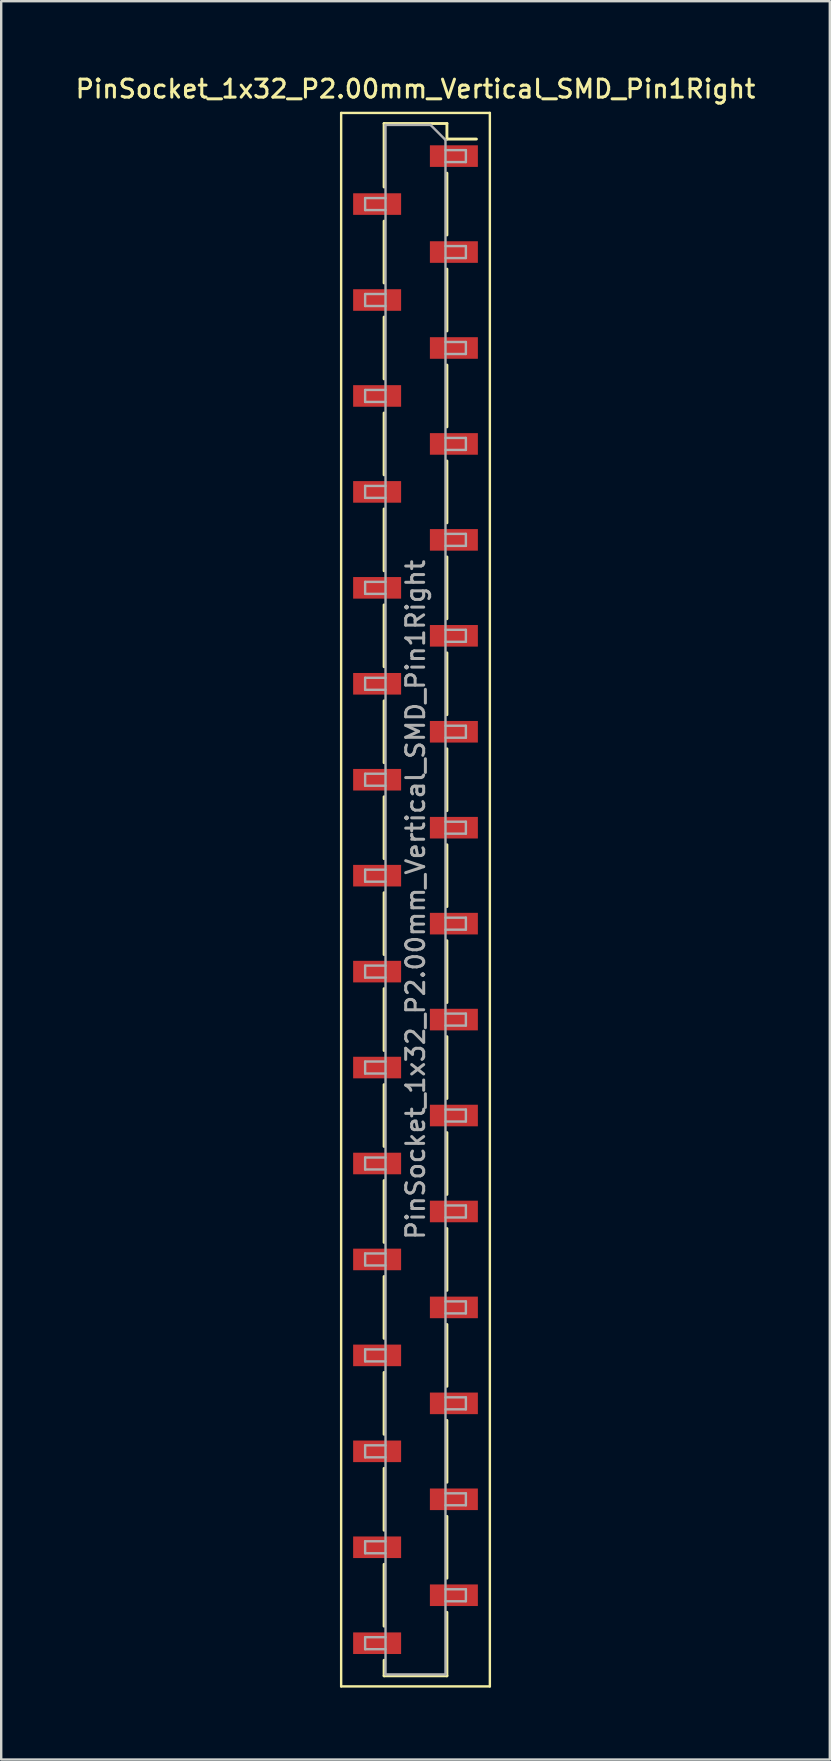
<source format=kicad_pcb>
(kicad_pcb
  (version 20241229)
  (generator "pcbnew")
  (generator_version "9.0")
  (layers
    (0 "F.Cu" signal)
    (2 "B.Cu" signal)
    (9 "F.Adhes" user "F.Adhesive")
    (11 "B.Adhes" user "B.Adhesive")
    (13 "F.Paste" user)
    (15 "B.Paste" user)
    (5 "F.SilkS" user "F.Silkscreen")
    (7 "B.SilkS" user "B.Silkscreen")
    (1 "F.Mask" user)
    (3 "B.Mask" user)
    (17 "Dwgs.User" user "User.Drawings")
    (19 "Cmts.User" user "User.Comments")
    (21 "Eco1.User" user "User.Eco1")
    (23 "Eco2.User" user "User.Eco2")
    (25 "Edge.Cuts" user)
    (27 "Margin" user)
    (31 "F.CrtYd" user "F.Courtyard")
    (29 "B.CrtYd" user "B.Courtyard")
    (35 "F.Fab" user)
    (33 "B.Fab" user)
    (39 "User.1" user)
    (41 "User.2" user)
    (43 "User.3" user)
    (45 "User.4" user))
  (footprint "PinSocket_1x32_P2.00mm_Vertical_SMD_Pin1Right"
    (layer "F.Cu")
    (at 14.273 34.458)
    (property "Reference" "PinSocket_1x32_P2.00mm_Vertical_SMD_Pin1Right" (at 0 -33.8 0) (layer "F.SilkS") (effects (font (size 0.75 0.75) (thickness 0.125))))
    (attr smd)
    (fp_line (start -3.1 -32.8) (end 3.1 -32.8) (stroke (width 0.1) (type solid)) (layer "F.SilkS"))
    (fp_line (start -3.1 32.8) (end -3.1 -32.8) (stroke (width 0.1) (type solid)) (layer "F.SilkS"))
    (fp_line (start -1.31 -32.36) (end -1.31 -29.71) (stroke (width 0.12) (type solid)) (layer "F.SilkS"))
    (fp_line (start -1.31 -32.36) (end 1.31 -32.36) (stroke (width 0.12) (type solid)) (layer "F.SilkS"))
    (fp_line (start -1.31 -28.29) (end -1.31 -25.71) (stroke (width 0.12) (type solid)) (layer "F.SilkS"))
    (fp_line (start -1.31 -24.29) (end -1.31 -21.71) (stroke (width 0.12) (type solid)) (layer "F.SilkS"))
    (fp_line (start -1.31 -20.29) (end -1.31 -17.71) (stroke (width 0.12) (type solid)) (layer "F.SilkS"))
    (fp_line (start -1.31 -16.29) (end -1.31 -13.71) (stroke (width 0.12) (type solid)) (layer "F.SilkS"))
    (fp_line (start -1.31 -12.29) (end -1.31 -9.71) (stroke (width 0.12) (type solid)) (layer "F.SilkS"))
    (fp_line (start -1.31 -8.29) (end -1.31 -5.71) (stroke (width 0.12) (type solid)) (layer "F.SilkS"))
    (fp_line (start -1.31 -4.29) (end -1.31 -1.71) (stroke (width 0.12) (type solid)) (layer "F.SilkS"))
    (fp_line (start -1.31 -0.29) (end -1.31 2.29) (stroke (width 0.12) (type solid)) (layer "F.SilkS"))
    (fp_line (start -1.31 3.71) (end -1.31 6.29) (stroke (width 0.12) (type solid)) (layer "F.SilkS"))
    (fp_line (start -1.31 7.71) (end -1.31 10.29) (stroke (width 0.12) (type solid)) (layer "F.SilkS"))
    (fp_line (start -1.31 11.71) (end -1.31 14.29) (stroke (width 0.12) (type solid)) (layer "F.SilkS"))
    (fp_line (start -1.31 15.71) (end -1.31 18.29) (stroke (width 0.12) (type solid)) (layer "F.SilkS"))
    (fp_line (start -1.31 19.71) (end -1.31 22.29) (stroke (width 0.12) (type solid)) (layer "F.SilkS"))
    (fp_line (start -1.31 23.71) (end -1.31 26.29) (stroke (width 0.12) (type solid)) (layer "F.SilkS"))
    (fp_line (start -1.31 27.71) (end -1.31 30.29) (stroke (width 0.12) (type solid)) (layer "F.SilkS"))
    (fp_line (start -1.31 31.71) (end -1.31 32.36) (stroke (width 0.12) (type solid)) (layer "F.SilkS"))
    (fp_line (start -1.31 32.36) (end 1.31 32.36) (stroke (width 0.12) (type solid)) (layer "F.SilkS"))
    (fp_line (start 1.31 -32.36) (end 1.31 -31.71) (stroke (width 0.12) (type solid)) (layer "F.SilkS"))
    (fp_line (start 1.31 -31.71) (end 2.54 -31.71) (stroke (width 0.12) (type solid)) (layer "F.SilkS"))
    (fp_line (start 1.31 -30.29) (end 1.31 -27.71) (stroke (width 0.12) (type solid)) (layer "F.SilkS"))
    (fp_line (start 1.31 -26.29) (end 1.31 -23.71) (stroke (width 0.12) (type solid)) (layer "F.SilkS"))
    (fp_line (start 1.31 -22.29) (end 1.31 -19.71) (stroke (width 0.12) (type solid)) (layer "F.SilkS"))
    (fp_line (start 1.31 -18.29) (end 1.31 -15.71) (stroke (width 0.12) (type solid)) (layer "F.SilkS"))
    (fp_line (start 1.31 -14.29) (end 1.31 -11.71) (stroke (width 0.12) (type solid)) (layer "F.SilkS"))
    (fp_line (start 1.31 -10.29) (end 1.31 -7.71) (stroke (width 0.12) (type solid)) (layer "F.SilkS"))
    (fp_line (start 1.31 -6.29) (end 1.31 -3.71) (stroke (width 0.12) (type solid)) (layer "F.SilkS"))
    (fp_line (start 1.31 -2.29) (end 1.31 0.29) (stroke (width 0.12) (type solid)) (layer "F.SilkS"))
    (fp_line (start 1.31 1.71) (end 1.31 4.29) (stroke (width 0.12) (type solid)) (layer "F.SilkS"))
    (fp_line (start 1.31 5.71) (end 1.31 8.29) (stroke (width 0.12) (type solid)) (layer "F.SilkS"))
    (fp_line (start 1.31 9.71) (end 1.31 12.29) (stroke (width 0.12) (type solid)) (layer "F.SilkS"))
    (fp_line (start 1.31 13.71) (end 1.31 16.29) (stroke (width 0.12) (type solid)) (layer "F.SilkS"))
    (fp_line (start 1.31 17.71) (end 1.31 20.29) (stroke (width 0.12) (type solid)) (layer "F.SilkS"))
    (fp_line (start 1.31 21.71) (end 1.31 24.29) (stroke (width 0.12) (type solid)) (layer "F.SilkS"))
    (fp_line (start 1.31 25.71) (end 1.31 28.29) (stroke (width 0.12) (type solid)) (layer "F.SilkS"))
    (fp_line (start 1.31 29.71) (end 1.31 32.36) (stroke (width 0.12) (type solid)) (layer "F.SilkS"))
    (fp_line (start 3.1 -32.8) (end 3.1 32.8) (stroke (width 0.1) (type solid)) (layer "F.SilkS"))
    (fp_line (start 3.1 32.8) (end -3.1 32.8) (stroke (width 0.1) (type solid)) (layer "F.SilkS"))
    (fp_line (start -2.1 -29.25) (end -1.25 -29.25) (stroke (width 0.1) (type solid)) (layer "F.Fab"))
    (fp_line (start -2.1 -28.75) (end -2.1 -29.25) (stroke (width 0.1) (type solid)) (layer "F.Fab"))
    (fp_line (start -2.1 -25.25) (end -1.25 -25.25) (stroke (width 0.1) (type solid)) (layer "F.Fab"))
    (fp_line (start -2.1 -24.75) (end -2.1 -25.25) (stroke (width 0.1) (type solid)) (layer "F.Fab"))
    (fp_line (start -2.1 -21.25) (end -1.25 -21.25) (stroke (width 0.1) (type solid)) (layer "F.Fab"))
    (fp_line (start -2.1 -20.75) (end -2.1 -21.25) (stroke (width 0.1) (type solid)) (layer "F.Fab"))
    (fp_line (start -2.1 -17.25) (end -1.25 -17.25) (stroke (width 0.1) (type solid)) (layer "F.Fab"))
    (fp_line (start -2.1 -16.75) (end -2.1 -17.25) (stroke (width 0.1) (type solid)) (layer "F.Fab"))
    (fp_line (start -2.1 -13.25) (end -1.25 -13.25) (stroke (width 0.1) (type solid)) (layer "F.Fab"))
    (fp_line (start -2.1 -12.75) (end -2.1 -13.25) (stroke (width 0.1) (type solid)) (layer "F.Fab"))
    (fp_line (start -2.1 -9.25) (end -1.25 -9.25) (stroke (width 0.1) (type solid)) (layer "F.Fab"))
    (fp_line (start -2.1 -8.75) (end -2.1 -9.25) (stroke (width 0.1) (type solid)) (layer "F.Fab"))
    (fp_line (start -2.1 -5.25) (end -1.25 -5.25) (stroke (width 0.1) (type solid)) (layer "F.Fab"))
    (fp_line (start -2.1 -4.75) (end -2.1 -5.25) (stroke (width 0.1) (type solid)) (layer "F.Fab"))
    (fp_line (start -2.1 -1.25) (end -1.25 -1.25) (stroke (width 0.1) (type solid)) (layer "F.Fab"))
    (fp_line (start -2.1 -0.75) (end -2.1 -1.25) (stroke (width 0.1) (type solid)) (layer "F.Fab"))
    (fp_line (start -2.1 2.75) (end -1.25 2.75) (stroke (width 0.1) (type solid)) (layer "F.Fab"))
    (fp_line (start -2.1 3.25) (end -2.1 2.75) (stroke (width 0.1) (type solid)) (layer "F.Fab"))
    (fp_line (start -2.1 6.75) (end -1.25 6.75) (stroke (width 0.1) (type solid)) (layer "F.Fab"))
    (fp_line (start -2.1 7.25) (end -2.1 6.75) (stroke (width 0.1) (type solid)) (layer "F.Fab"))
    (fp_line (start -2.1 10.75) (end -1.25 10.75) (stroke (width 0.1) (type solid)) (layer "F.Fab"))
    (fp_line (start -2.1 11.25) (end -2.1 10.75) (stroke (width 0.1) (type solid)) (layer "F.Fab"))
    (fp_line (start -2.1 14.75) (end -1.25 14.75) (stroke (width 0.1) (type solid)) (layer "F.Fab"))
    (fp_line (start -2.1 15.25) (end -2.1 14.75) (stroke (width 0.1) (type solid)) (layer "F.Fab"))
    (fp_line (start -2.1 18.75) (end -1.25 18.75) (stroke (width 0.1) (type solid)) (layer "F.Fab"))
    (fp_line (start -2.1 19.25) (end -2.1 18.75) (stroke (width 0.1) (type solid)) (layer "F.Fab"))
    (fp_line (start -2.1 22.75) (end -1.25 22.75) (stroke (width 0.1) (type solid)) (layer "F.Fab"))
    (fp_line (start -2.1 23.25) (end -2.1 22.75) (stroke (width 0.1) (type solid)) (layer "F.Fab"))
    (fp_line (start -2.1 26.75) (end -1.25 26.75) (stroke (width 0.1) (type solid)) (layer "F.Fab"))
    (fp_line (start -2.1 27.25) (end -2.1 26.75) (stroke (width 0.1) (type solid)) (layer "F.Fab"))
    (fp_line (start -2.1 30.75) (end -1.25 30.75) (stroke (width 0.1) (type solid)) (layer "F.Fab"))
    (fp_line (start -2.1 31.25) (end -2.1 30.75) (stroke (width 0.1) (type solid)) (layer "F.Fab"))
    (fp_line (start -1.25 -32.3) (end 0.625 -32.3) (stroke (width 0.1) (type solid)) (layer "F.Fab"))
    (fp_line (start -1.25 -28.75) (end -2.1 -28.75) (stroke (width 0.1) (type solid)) (layer "F.Fab"))
    (fp_line (start -1.25 -24.75) (end -2.1 -24.75) (stroke (width 0.1) (type solid)) (layer "F.Fab"))
    (fp_line (start -1.25 -20.75) (end -2.1 -20.75) (stroke (width 0.1) (type solid)) (layer "F.Fab"))
    (fp_line (start -1.25 -16.75) (end -2.1 -16.75) (stroke (width 0.1) (type solid)) (layer "F.Fab"))
    (fp_line (start -1.25 -12.75) (end -2.1 -12.75) (stroke (width 0.1) (type solid)) (layer "F.Fab"))
    (fp_line (start -1.25 -8.75) (end -2.1 -8.75) (stroke (width 0.1) (type solid)) (layer "F.Fab"))
    (fp_line (start -1.25 -4.75) (end -2.1 -4.75) (stroke (width 0.1) (type solid)) (layer "F.Fab"))
    (fp_line (start -1.25 -0.75) (end -2.1 -0.75) (stroke (width 0.1) (type solid)) (layer "F.Fab"))
    (fp_line (start -1.25 3.25) (end -2.1 3.25) (stroke (width 0.1) (type solid)) (layer "F.Fab"))
    (fp_line (start -1.25 7.25) (end -2.1 7.25) (stroke (width 0.1) (type solid)) (layer "F.Fab"))
    (fp_line (start -1.25 11.25) (end -2.1 11.25) (stroke (width 0.1) (type solid)) (layer "F.Fab"))
    (fp_line (start -1.25 15.25) (end -2.1 15.25) (stroke (width 0.1) (type solid)) (layer "F.Fab"))
    (fp_line (start -1.25 19.25) (end -2.1 19.25) (stroke (width 0.1) (type solid)) (layer "F.Fab"))
    (fp_line (start -1.25 23.25) (end -2.1 23.25) (stroke (width 0.1) (type solid)) (layer "F.Fab"))
    (fp_line (start -1.25 27.25) (end -2.1 27.25) (stroke (width 0.1) (type solid)) (layer "F.Fab"))
    (fp_line (start -1.25 31.25) (end -2.1 31.25) (stroke (width 0.1) (type solid)) (layer "F.Fab"))
    (fp_line (start -1.25 32.3) (end -1.25 -32.3) (stroke (width 0.1) (type solid)) (layer "F.Fab"))
    (fp_line (start 0.625 -32.3) (end 1.25 -31.675) (stroke (width 0.1) (type solid)) (layer "F.Fab"))
    (fp_line (start 1.25 -31.675) (end 1.25 32.3) (stroke (width 0.1) (type solid)) (layer "F.Fab"))
    (fp_line (start 1.25 -31.25) (end 2.1 -31.25) (stroke (width 0.1) (type solid)) (layer "F.Fab"))
    (fp_line (start 1.25 -27.25) (end 2.1 -27.25) (stroke (width 0.1) (type solid)) (layer "F.Fab"))
    (fp_line (start 1.25 -23.25) (end 2.1 -23.25) (stroke (width 0.1) (type solid)) (layer "F.Fab"))
    (fp_line (start 1.25 -19.25) (end 2.1 -19.25) (stroke (width 0.1) (type solid)) (layer "F.Fab"))
    (fp_line (start 1.25 -15.25) (end 2.1 -15.25) (stroke (width 0.1) (type solid)) (layer "F.Fab"))
    (fp_line (start 1.25 -11.25) (end 2.1 -11.25) (stroke (width 0.1) (type solid)) (layer "F.Fab"))
    (fp_line (start 1.25 -7.25) (end 2.1 -7.25) (stroke (width 0.1) (type solid)) (layer "F.Fab"))
    (fp_line (start 1.25 -3.25) (end 2.1 -3.25) (stroke (width 0.1) (type solid)) (layer "F.Fab"))
    (fp_line (start 1.25 0.75) (end 2.1 0.75) (stroke (width 0.1) (type solid)) (layer "F.Fab"))
    (fp_line (start 1.25 4.75) (end 2.1 4.75) (stroke (width 0.1) (type solid)) (layer "F.Fab"))
    (fp_line (start 1.25 8.75) (end 2.1 8.75) (stroke (width 0.1) (type solid)) (layer "F.Fab"))
    (fp_line (start 1.25 12.75) (end 2.1 12.75) (stroke (width 0.1) (type solid)) (layer "F.Fab"))
    (fp_line (start 1.25 16.75) (end 2.1 16.75) (stroke (width 0.1) (type solid)) (layer "F.Fab"))
    (fp_line (start 1.25 20.75) (end 2.1 20.75) (stroke (width 0.1) (type solid)) (layer "F.Fab"))
    (fp_line (start 1.25 24.75) (end 2.1 24.75) (stroke (width 0.1) (type solid)) (layer "F.Fab"))
    (fp_line (start 1.25 28.75) (end 2.1 28.75) (stroke (width 0.1) (type solid)) (layer "F.Fab"))
    (fp_line (start 1.25 32.3) (end -1.25 32.3) (stroke (width 0.1) (type solid)) (layer "F.Fab"))
    (fp_line (start 2.1 -31.25) (end 2.1 -30.75) (stroke (width 0.1) (type solid)) (layer "F.Fab"))
    (fp_line (start 2.1 -30.75) (end 1.25 -30.75) (stroke (width 0.1) (type solid)) (layer "F.Fab"))
    (fp_line (start 2.1 -27.25) (end 2.1 -26.75) (stroke (width 0.1) (type solid)) (layer "F.Fab"))
    (fp_line (start 2.1 -26.75) (end 1.25 -26.75) (stroke (width 0.1) (type solid)) (layer "F.Fab"))
    (fp_line (start 2.1 -23.25) (end 2.1 -22.75) (stroke (width 0.1) (type solid)) (layer "F.Fab"))
    (fp_line (start 2.1 -22.75) (end 1.25 -22.75) (stroke (width 0.1) (type solid)) (layer "F.Fab"))
    (fp_line (start 2.1 -19.25) (end 2.1 -18.75) (stroke (width 0.1) (type solid)) (layer "F.Fab"))
    (fp_line (start 2.1 -18.75) (end 1.25 -18.75) (stroke (width 0.1) (type solid)) (layer "F.Fab"))
    (fp_line (start 2.1 -15.25) (end 2.1 -14.75) (stroke (width 0.1) (type solid)) (layer "F.Fab"))
    (fp_line (start 2.1 -14.75) (end 1.25 -14.75) (stroke (width 0.1) (type solid)) (layer "F.Fab"))
    (fp_line (start 2.1 -11.25) (end 2.1 -10.75) (stroke (width 0.1) (type solid)) (layer "F.Fab"))
    (fp_line (start 2.1 -10.75) (end 1.25 -10.75) (stroke (width 0.1) (type solid)) (layer "F.Fab"))
    (fp_line (start 2.1 -7.25) (end 2.1 -6.75) (stroke (width 0.1) (type solid)) (layer "F.Fab"))
    (fp_line (start 2.1 -6.75) (end 1.25 -6.75) (stroke (width 0.1) (type solid)) (layer "F.Fab"))
    (fp_line (start 2.1 -3.25) (end 2.1 -2.75) (stroke (width 0.1) (type solid)) (layer "F.Fab"))
    (fp_line (start 2.1 -2.75) (end 1.25 -2.75) (stroke (width 0.1) (type solid)) (layer "F.Fab"))
    (fp_line (start 2.1 0.75) (end 2.1 1.25) (stroke (width 0.1) (type solid)) (layer "F.Fab"))
    (fp_line (start 2.1 1.25) (end 1.25 1.25) (stroke (width 0.1) (type solid)) (layer "F.Fab"))
    (fp_line (start 2.1 4.75) (end 2.1 5.25) (stroke (width 0.1) (type solid)) (layer "F.Fab"))
    (fp_line (start 2.1 5.25) (end 1.25 5.25) (stroke (width 0.1) (type solid)) (layer "F.Fab"))
    (fp_line (start 2.1 8.75) (end 2.1 9.25) (stroke (width 0.1) (type solid)) (layer "F.Fab"))
    (fp_line (start 2.1 9.25) (end 1.25 9.25) (stroke (width 0.1) (type solid)) (layer "F.Fab"))
    (fp_line (start 2.1 12.75) (end 2.1 13.25) (stroke (width 0.1) (type solid)) (layer "F.Fab"))
    (fp_line (start 2.1 13.25) (end 1.25 13.25) (stroke (width 0.1) (type solid)) (layer "F.Fab"))
    (fp_line (start 2.1 16.75) (end 2.1 17.25) (stroke (width 0.1) (type solid)) (layer "F.Fab"))
    (fp_line (start 2.1 17.25) (end 1.25 17.25) (stroke (width 0.1) (type solid)) (layer "F.Fab"))
    (fp_line (start 2.1 20.75) (end 2.1 21.25) (stroke (width 0.1) (type solid)) (layer "F.Fab"))
    (fp_line (start 2.1 21.25) (end 1.25 21.25) (stroke (width 0.1) (type solid)) (layer "F.Fab"))
    (fp_line (start 2.1 24.75) (end 2.1 25.25) (stroke (width 0.1) (type solid)) (layer "F.Fab"))
    (fp_line (start 2.1 25.25) (end 1.25 25.25) (stroke (width 0.1) (type solid)) (layer "F.Fab"))
    (fp_line (start 2.1 28.75) (end 2.1 29.25) (stroke (width 0.1) (type solid)) (layer "F.Fab"))
    (fp_line (start 2.1 29.25) (end 1.25 29.25) (stroke (width 0.1) (type solid)) (layer "F.Fab"))
    (fp_text user "${REFERENCE}" (at 0 0 90) (layer "F.Fab") (effects (font (size 0.75 0.75) (thickness 0.125))))
    (pad "1" smd rect (at 1.6 -31) (size 2 0.9) (layers "F.Cu" "F.Mask" "F.Paste"))
    (pad "2" smd rect (at -1.6 -29) (size 2 0.9) (layers "F.Cu" "F.Mask" "F.Paste"))
    (pad "3" smd rect (at 1.6 -27) (size 2 0.9) (layers "F.Cu" "F.Mask" "F.Paste"))
    (pad "4" smd rect (at -1.6 -25) (size 2 0.9) (layers "F.Cu" "F.Mask" "F.Paste"))
    (pad "5" smd rect (at 1.6 -23) (size 2 0.9) (layers "F.Cu" "F.Mask" "F.Paste"))
    (pad "6" smd rect (at -1.6 -21) (size 2 0.9) (layers "F.Cu" "F.Mask" "F.Paste"))
    (pad "7" smd rect (at 1.6 -19) (size 2 0.9) (layers "F.Cu" "F.Mask" "F.Paste"))
    (pad "8" smd rect (at -1.6 -17) (size 2 0.9) (layers "F.Cu" "F.Mask" "F.Paste"))
    (pad "9" smd rect (at 1.6 -15) (size 2 0.9) (layers "F.Cu" "F.Mask" "F.Paste"))
    (pad "10" smd rect (at -1.6 -13) (size 2 0.9) (layers "F.Cu" "F.Mask" "F.Paste"))
    (pad "11" smd rect (at 1.6 -11) (size 2 0.9) (layers "F.Cu" "F.Mask" "F.Paste"))
    (pad "12" smd rect (at -1.6 -9) (size 2 0.9) (layers "F.Cu" "F.Mask" "F.Paste"))
    (pad "13" smd rect (at 1.6 -7) (size 2 0.9) (layers "F.Cu" "F.Mask" "F.Paste"))
    (pad "14" smd rect (at -1.6 -5) (size 2 0.9) (layers "F.Cu" "F.Mask" "F.Paste"))
    (pad "15" smd rect (at 1.6 -3) (size 2 0.9) (layers "F.Cu" "F.Mask" "F.Paste"))
    (pad "16" smd rect (at -1.6 -1) (size 2 0.9) (layers "F.Cu" "F.Mask" "F.Paste"))
    (pad "17" smd rect (at 1.6 1) (size 2 0.9) (layers "F.Cu" "F.Mask" "F.Paste"))
    (pad "18" smd rect (at -1.6 3) (size 2 0.9) (layers "F.Cu" "F.Mask" "F.Paste"))
    (pad "19" smd rect (at 1.6 5) (size 2 0.9) (layers "F.Cu" "F.Mask" "F.Paste"))
    (pad "20" smd rect (at -1.6 7) (size 2 0.9) (layers "F.Cu" "F.Mask" "F.Paste"))
    (pad "21" smd rect (at 1.6 9) (size 2 0.9) (layers "F.Cu" "F.Mask" "F.Paste"))
    (pad "22" smd rect (at -1.6 11) (size 2 0.9) (layers "F.Cu" "F.Mask" "F.Paste"))
    (pad "23" smd rect (at 1.6 13) (size 2 0.9) (layers "F.Cu" "F.Mask" "F.Paste"))
    (pad "24" smd rect (at -1.6 15) (size 2 0.9) (layers "F.Cu" "F.Mask" "F.Paste"))
    (pad "25" smd rect (at 1.6 17) (size 2 0.9) (layers "F.Cu" "F.Mask" "F.Paste"))
    (pad "26" smd rect (at -1.6 19) (size 2 0.9) (layers "F.Cu" "F.Mask" "F.Paste"))
    (pad "27" smd rect (at 1.6 21) (size 2 0.9) (layers "F.Cu" "F.Mask" "F.Paste"))
    (pad "28" smd rect (at -1.6 23) (size 2 0.9) (layers "F.Cu" "F.Mask" "F.Paste"))
    (pad "29" smd rect (at 1.6 25) (size 2 0.9) (layers "F.Cu" "F.Mask" "F.Paste"))
    (pad "30" smd rect (at -1.6 27) (size 2 0.9) (layers "F.Cu" "F.Mask" "F.Paste"))
    (pad "31" smd rect (at 1.6 29) (size 2 0.9) (layers "F.Cu" "F.Mask" "F.Paste"))
    (pad "32" smd rect (at -1.6 31) (size 2 0.9) (layers "F.Cu" "F.Mask" "F.Paste")))
  (gr_rect
    (start -3 -3)
    (end 31.546 70.308)
    (stroke (width 0.1) (type default))
    (fill no)
    (layer "Edge.Cuts")))
</source>
